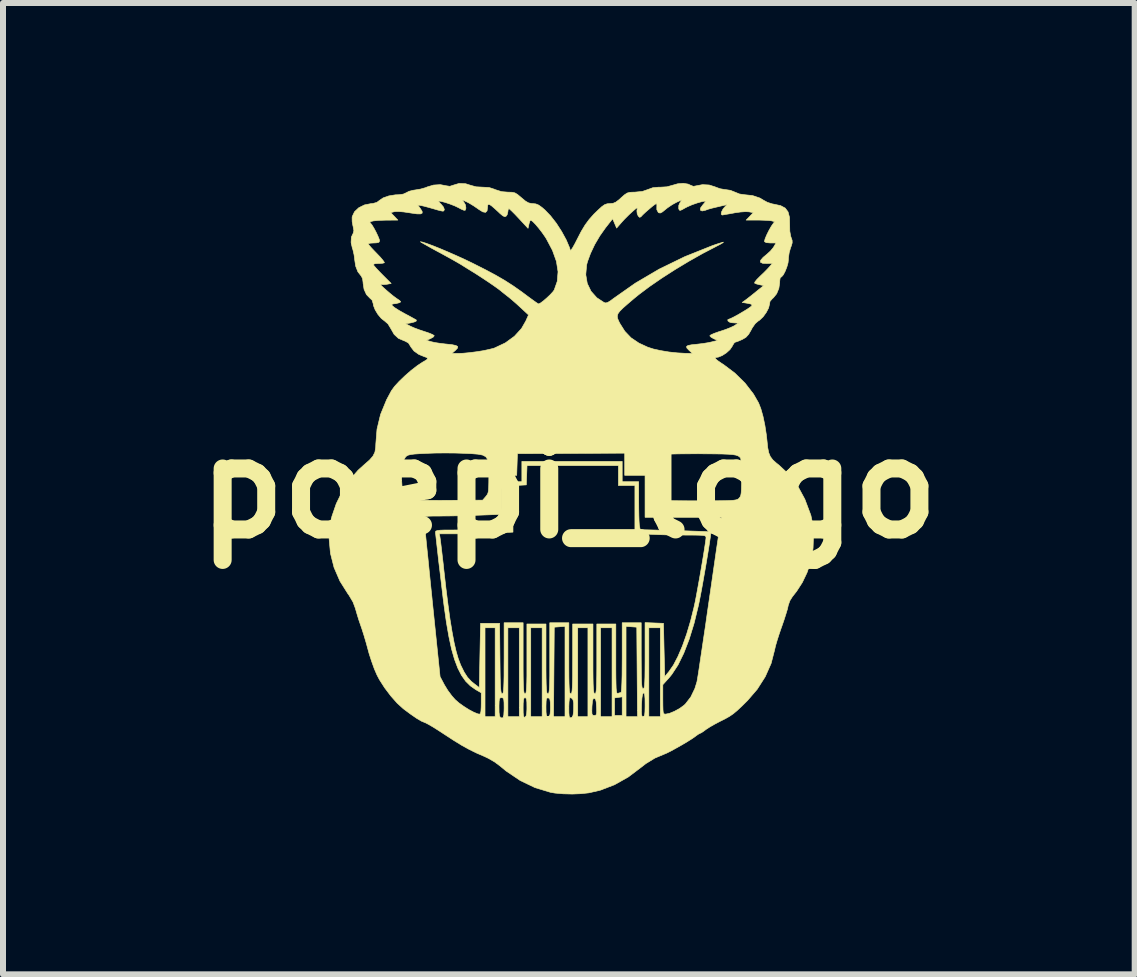
<source format=kicad_pcb>
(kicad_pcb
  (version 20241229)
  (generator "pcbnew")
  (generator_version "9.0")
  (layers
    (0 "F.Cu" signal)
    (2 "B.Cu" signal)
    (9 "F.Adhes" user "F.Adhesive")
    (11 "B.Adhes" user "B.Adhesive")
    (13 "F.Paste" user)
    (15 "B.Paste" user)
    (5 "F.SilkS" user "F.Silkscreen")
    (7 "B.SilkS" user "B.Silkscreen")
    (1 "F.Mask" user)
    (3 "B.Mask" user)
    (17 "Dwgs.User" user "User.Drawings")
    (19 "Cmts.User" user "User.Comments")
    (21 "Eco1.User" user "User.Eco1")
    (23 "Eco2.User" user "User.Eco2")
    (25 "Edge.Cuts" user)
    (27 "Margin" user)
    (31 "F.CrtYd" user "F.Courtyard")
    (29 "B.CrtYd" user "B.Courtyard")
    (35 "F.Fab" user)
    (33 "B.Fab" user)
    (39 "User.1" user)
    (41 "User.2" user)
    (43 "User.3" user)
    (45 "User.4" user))
  (footprint "poepi_logo"
    (layer "F.Cu")
    (at 6.43 5.084)
    (property "Reference" "poepi_logo" (at 0 0 0) (layer "F.SilkS") (effects (font (size 1.524 1.524) (thickness 0.3))))
    (attr through_hole)
    (fp_poly (pts (xy 1.988 -5.066) (xy 2.026 -5.048) (xy 2.076 -5.028) (xy 2.127 -5.038) (xy 2.227 -5.057) (xy 2.339 -5.051) (xy 2.44 -5.019) (xy 2.445 -5.016) (xy 2.52 -4.989) (xy 2.599 -4.975) (xy 2.613 -4.974) (xy 2.693 -4.962) (xy 2.766 -4.933) (xy 2.768 -4.932) (xy 2.845 -4.901) (xy 2.927 -4.889) (xy 3.061 -4.875) (xy 3.183 -4.834) (xy 3.248 -4.795) (xy 3.309 -4.762) (xy 3.387 -4.737) (xy 3.418 -4.731) (xy 3.529 -4.707) (xy 3.606 -4.666) (xy 3.653 -4.603) (xy 3.677 -4.513) (xy 3.68 -4.39) (xy 3.682 -4.282) (xy 3.697 -4.197) (xy 3.705 -4.174) (xy 3.721 -4.128) (xy 3.722 -4.086) (xy 3.706 -4.032) (xy 3.695 -4.005) (xy 3.672 -3.924) (xy 3.66 -3.84) (xy 3.659 -3.813) (xy 3.653 -3.754) (xy 3.633 -3.684) (xy 3.605 -3.613) (xy 3.574 -3.554) (xy 3.544 -3.519) (xy 3.531 -3.514) (xy 3.52 -3.495) (xy 3.514 -3.448) (xy 3.514 -3.427) (xy 3.5 -3.329) (xy 3.463 -3.239) (xy 3.409 -3.172) (xy 3.394 -3.16) (xy 3.352 -3.111) (xy 3.344 -3.065) (xy 3.329 -3.002) (xy 3.29 -2.927) (xy 3.237 -2.854) (xy 3.179 -2.799) (xy 3.156 -2.784) (xy 3.106 -2.741) (xy 3.055 -2.668) (xy 3.04 -2.638) (xy 2.996 -2.562) (xy 2.95 -2.512) (xy 2.892 -2.478) (xy 2.833 -2.452) (xy 2.789 -2.436) (xy 2.777 -2.434) (xy 2.753 -2.416) (xy 2.727 -2.373) (xy 2.722 -2.362) (xy 2.685 -2.308) (xy 2.624 -2.253) (xy 2.554 -2.208) (xy 2.489 -2.182) (xy 2.469 -2.18) (xy 2.441 -2.175) (xy 2.442 -2.158) (xy 2.476 -2.127) (xy 2.544 -2.08) (xy 2.58 -2.057) (xy 2.767 -1.916) (xy 2.936 -1.75) (xy 3.077 -1.567) (xy 3.162 -1.419) (xy 3.2 -1.322) (xy 3.236 -1.194) (xy 3.267 -1.046) (xy 3.291 -0.89) (xy 3.302 -0.792) (xy 3.314 -0.675) (xy 3.331 -0.59) (xy 3.357 -0.526) (xy 3.398 -0.471) (xy 3.459 -0.416) (xy 3.501 -0.383) (xy 3.668 -0.228) (xy 3.812 -0.038) (xy 3.933 0.186) (xy 4.03 0.444) (xy 4.034 0.456) (xy 4.057 0.565) (xy 4.071 0.701) (xy 4.075 0.85) (xy 4.07 0.997) (xy 4.055 1.129) (xy 4.036 1.217) (xy 3.969 1.41) (xy 3.891 1.573) (xy 3.796 1.72) (xy 3.724 1.812) (xy 3.683 1.878) (xy 3.656 1.955) (xy 3.654 1.965) (xy 3.642 2.019) (xy 3.617 2.101) (xy 3.585 2.201) (xy 3.548 2.308) (xy 3.544 2.318) (xy 3.506 2.429) (xy 3.472 2.535) (xy 3.445 2.627) (xy 3.43 2.692) (xy 3.43 2.694) (xy 3.371 2.922) (xy 3.273 3.143) (xy 3.139 3.353) (xy 2.979 3.539) (xy 2.882 3.635) (xy 2.806 3.706) (xy 2.74 3.761) (xy 2.676 3.805) (xy 2.605 3.845) (xy 2.519 3.888) (xy 2.433 3.933) (xy 2.351 3.98) (xy 2.289 4.02) (xy 2.283 4.025) (xy 2.234 4.061) (xy 2.199 4.082) (xy 2.191 4.085) (xy 2.166 4.097) (xy 2.122 4.127) (xy 2.099 4.145) (xy 2.043 4.183) (xy 1.965 4.232) (xy 1.873 4.286) (xy 1.779 4.339) (xy 1.693 4.386) (xy 1.624 4.42) (xy 1.59 4.434) (xy 1.435 4.499) (xy 1.283 4.592) (xy 1.21 4.649) (xy 0.992 4.814) (xy 0.761 4.944) (xy 0.524 5.035) (xy 0.334 5.079) (xy 0.204 5.093) (xy 0.056 5.099) (xy -0.095 5.095) (xy -0.231 5.083) (xy -0.307 5.07) (xy -0.564 4.992) (xy -0.81 4.874) (xy -1.047 4.714) (xy -1.147 4.631) (xy -1.236 4.565) (xy -1.341 4.504) (xy -1.408 4.472) (xy -1.54 4.415) (xy -1.662 4.355) (xy -1.785 4.287) (xy -1.92 4.204) (xy -2.078 4.101) (xy -2.176 4.037) (xy -2.265 3.981) (xy -2.339 3.938) (xy -2.389 3.912) (xy -2.402 3.907) (xy -2.457 3.884) (xy -2.538 3.836) (xy -2.638 3.767) (xy -2.751 3.683) (xy -2.76 3.676) (xy -2.862 3.583) (xy -2.968 3.463) (xy -3.07 3.328) (xy -3.157 3.192) (xy -3.198 3.114) (xy -3.242 3.012) (xy -3.287 2.887) (xy -3.328 2.761) (xy -3.345 2.699) (xy -3.377 2.581) (xy -3.414 2.456) (xy -3.45 2.343) (xy -3.468 2.291) (xy -3.501 2.195) (xy -3.531 2.097) (xy -3.554 2.018) (xy -3.557 2.006) (xy -3.597 1.899) (xy -3.665 1.784) (xy -3.681 1.763) (xy -3.815 1.55) (xy -3.913 1.323) (xy -3.973 1.087) (xy -3.995 0.847) (xy -3.978 0.608) (xy -3.958 0.513) (xy -2.412 0.513) (xy -2.41 0.542) (xy -2.404 0.61) (xy -2.394 0.712) (xy -2.381 0.845) (xy -2.365 1.004) (xy -2.346 1.187) (xy -2.326 1.39) (xy -2.304 1.608) (xy -2.28 1.838) (xy -2.279 1.852) (xy -2.146 3.143) (xy -2.073 3.281) (xy -2.018 3.371) (xy -1.949 3.464) (xy -1.895 3.525) (xy -1.831 3.581) (xy -1.751 3.638) (xy -1.666 3.692) (xy -1.585 3.735) (xy -1.519 3.762) (xy -1.489 3.768) (xy -1.474 3.757) (xy -1.465 3.719) (xy -1.461 3.65) (xy -1.46 3.59) (xy -1.46 3.412) (xy -1.553 3.358) (xy -1.641 3.296) (xy -1.72 3.218) (xy -1.789 3.12) (xy -1.85 3.001) (xy -1.905 2.856) (xy -1.955 2.682) (xy -1.999 2.477) (xy -2.041 2.236) (xy -2.08 1.958) (xy -2.095 1.841) (xy -2.122 1.612) (xy -2.147 1.401) (xy -2.17 1.213) (xy -2.188 1.051) (xy -2.203 0.918) (xy -2.214 0.818) (xy -2.22 0.762) (xy -2.16 0.762) (xy -2.149 0.81) (xy -2.144 0.844) (xy -2.135 0.913) (xy -2.123 1.012) (xy -2.109 1.133) (xy -2.093 1.269) (xy -2.084 1.355) (xy -2.048 1.672) (xy -2.013 1.949) (xy -1.98 2.19) (xy -1.946 2.396) (xy -1.913 2.572) (xy -1.879 2.719) (xy -1.844 2.84) (xy -1.807 2.938) (xy -1.8 2.955) (xy -1.744 3.068) (xy -1.689 3.153) (xy -1.626 3.221) (xy -1.57 3.266) (xy -1.492 3.325) (xy -1.482 2.79) (xy -1.473 2.328) (xy -1.397 2.328) (xy -1.397 3.81) (xy -1.228 3.81) (xy -1.228 3.648) (xy -1.164 3.648) (xy -1.163 3.737) (xy -1.156 3.792) (xy -1.143 3.821) (xy -1.119 3.831) (xy -1.108 3.831) (xy -1.093 3.82) (xy -1.084 3.781) (xy -1.08 3.709) (xy -1.079 3.662) (xy -1.08 3.577) (xy -1.084 3.527) (xy -1.094 3.502) (xy -1.111 3.493) (xy -1.122 3.493) (xy -1.144 3.496) (xy -1.156 3.514) (xy -1.162 3.554) (xy -1.164 3.625) (xy -1.164 3.648) (xy -1.228 3.648) (xy -1.228 2.328) (xy -1.397 2.328) (xy -1.473 2.328) (xy -1.471 2.254) (xy -1.154 2.254) (xy -1.148 2.842) (xy -1.146 3.017) (xy -1.144 3.155) (xy -1.141 3.259) (xy -1.137 3.333) (xy -1.132 3.383) (xy -1.126 3.413) (xy -1.118 3.427) (xy -1.111 3.429) (xy -1.102 3.424) (xy -1.094 3.407) (xy -1.089 3.372) (xy -1.085 3.317) (xy -1.082 3.235) (xy -1.08 3.123) (xy -1.08 2.977) (xy -1.079 2.836) (xy -1.079 2.328) (xy -1.016 2.328) (xy -1.016 3.81) (xy -0.826 3.81) (xy -0.826 3.661) (xy -0.762 3.661) (xy -0.761 3.746) (xy -0.756 3.795) (xy -0.747 3.817) (xy -0.731 3.818) (xy -0.73 3.818) (xy -0.713 3.8) (xy -0.703 3.759) (xy -0.699 3.686) (xy -0.699 3.649) (xy -0.7 3.566) (xy -0.706 3.517) (xy -0.719 3.496) (xy -0.73 3.493) (xy -0.747 3.5) (xy -0.756 3.53) (xy -0.761 3.587) (xy -0.762 3.661) (xy -0.826 3.661) (xy -0.826 2.328) (xy -1.016 2.328) (xy -1.079 2.328) (xy -1.079 2.244) (xy -0.762 2.244) (xy -0.762 2.836) (xy -0.762 3.012) (xy -0.761 3.15) (xy -0.759 3.255) (xy -0.756 3.33) (xy -0.752 3.381) (xy -0.746 3.411) (xy -0.738 3.426) (xy -0.73 3.429) (xy -0.721 3.424) (xy -0.713 3.407) (xy -0.708 3.374) (xy -0.704 3.319) (xy -0.701 3.238) (xy -0.699 3.128) (xy -0.699 2.982) (xy -0.699 2.847) (xy -0.699 2.328) (xy -0.635 2.328) (xy -0.635 3.81) (xy -0.445 3.81) (xy -0.255 3.81) (xy -0.064 3.81) (xy -0.064 3.663) (xy 0 3.663) (xy 0.001 3.748) (xy 0.005 3.799) (xy 0.014 3.823) (xy 0.03 3.828) (xy 0.037 3.827) (xy 0.058 3.816) (xy 0.07 3.785) (xy 0.078 3.726) (xy 0.08 3.674) (xy 0.08 3.583) (xy 0.069 3.527) (xy 0.045 3.499) (xy 0.016 3.493) (xy 0.009 3.512) (xy 0.003 3.564) (xy 0.000176 3.638) (xy 0 3.663) (xy -0.064 3.663) (xy -0.064 2.305) (xy -0.153 2.311) (xy -0.243 2.318) (xy -0.249 3.064) (xy -0.255 3.81) (xy -0.445 3.81) (xy -0.445 3.651) (xy -0.381 3.651) (xy -0.38 3.733) (xy -0.375 3.781) (xy -0.366 3.803) (xy -0.348 3.807) (xy -0.344 3.806) (xy -0.324 3.796) (xy -0.313 3.768) (xy -0.308 3.714) (xy -0.307 3.651) (xy -0.309 3.572) (xy -0.315 3.525) (xy -0.328 3.503) (xy -0.344 3.497) (xy -0.363 3.498) (xy -0.374 3.515) (xy -0.379 3.557) (xy -0.381 3.632) (xy -0.381 3.651) (xy -0.445 3.651) (xy -0.445 2.328) (xy -0.635 2.328) (xy -0.699 2.328) (xy -0.699 2.265) (xy -0.381 2.265) (xy -0.381 2.847) (xy -0.381 3.021) (xy -0.38 3.157) (xy -0.378 3.26) (xy -0.375 3.334) (xy -0.371 3.384) (xy -0.365 3.413) (xy -0.357 3.426) (xy -0.349 3.429) (xy -0.34 3.424) (xy -0.332 3.407) (xy -0.327 3.374) (xy -0.323 3.319) (xy -0.32 3.239) (xy -0.318 3.13) (xy -0.318 2.985) (xy -0.318 2.836) (xy -0.318 2.244) (xy 0 2.244) (xy 0 2.836) (xy 0.000249 3.012) (xy 0.001 3.15) (xy 0.003 3.255) (xy 0.006 3.33) (xy 0.01 3.381) (xy 0.016 3.411) (xy 0.024 3.426) (xy 0.032 3.429) (xy 0.041 3.424) (xy 0.049 3.407) (xy 0.054 3.374) (xy 0.058 3.319) (xy 0.061 3.238) (xy 0.063 3.128) (xy 0.063 2.982) (xy 0.064 2.847) (xy 0.064 2.328) (xy 0.148 2.328) (xy 0.148 3.81) (xy 0.318 3.81) (xy 0.318 3.722) (xy 0.383 3.722) (xy 0.386 3.765) (xy 0.397 3.784) (xy 0.418 3.789) (xy 0.423 3.789) (xy 0.447 3.786) (xy 0.459 3.77) (xy 0.464 3.732) (xy 0.462 3.662) (xy 0.461 3.646) (xy 0.456 3.566) (xy 0.446 3.521) (xy 0.43 3.504) (xy 0.423 3.503) (xy 0.405 3.513) (xy 0.394 3.549) (xy 0.387 3.617) (xy 0.385 3.646) (xy 0.383 3.722) (xy 0.318 3.722) (xy 0.318 2.328) (xy 0.148 2.328) (xy 0.064 2.328) (xy 0.064 2.265) (xy 0.402 2.265) (xy 0.402 2.847) (xy 0.402 3.021) (xy 0.403 3.157) (xy 0.405 3.26) (xy 0.408 3.334) (xy 0.413 3.384) (xy 0.419 3.413) (xy 0.427 3.426) (xy 0.434 3.429) (xy 0.443 3.424) (xy 0.451 3.407) (xy 0.456 3.374) (xy 0.461 3.319) (xy 0.463 3.238) (xy 0.465 3.128) (xy 0.466 2.982) (xy 0.466 2.847) (xy 0.466 2.328) (xy 0.529 2.328) (xy 0.529 3.81) (xy 0.72 3.81) (xy 0.953 3.81) (xy 1.144 3.81) (xy 1.143 3.709) (xy 1.209 3.709) (xy 1.211 3.767) (xy 1.218 3.798) (xy 1.232 3.809) (xy 1.237 3.81) (xy 1.253 3.803) (xy 1.263 3.779) (xy 1.268 3.729) (xy 1.27 3.646) (xy 1.27 3.607) (xy 1.269 3.509) (xy 1.264 3.447) (xy 1.255 3.417) (xy 1.244 3.413) (xy 1.228 3.438) (xy 1.218 3.501) (xy 1.211 3.605) (xy 1.211 3.616) (xy 1.209 3.709) (xy 1.143 3.709) (xy 1.138 3.064) (xy 1.132 2.318) (xy 1.042 2.311) (xy 0.953 2.305) (xy 0.953 3.81) (xy 0.72 3.81) (xy 0.72 3.497) (xy 0.762 3.497) (xy 0.762 3.789) (xy 0.889 3.789) (xy 0.889 3.479) (xy 0.762 3.497) (xy 0.72 3.497) (xy 0.72 2.328) (xy 0.529 2.328) (xy 0.466 2.328) (xy 0.466 2.265) (xy 0.783 2.265) (xy 0.783 2.849) (xy 0.783 3.022) (xy 0.784 3.158) (xy 0.786 3.259) (xy 0.788 3.332) (xy 0.792 3.38) (xy 0.798 3.408) (xy 0.806 3.42) (xy 0.815 3.421) (xy 0.817 3.421) (xy 0.857 3.409) (xy 0.87 3.408) (xy 0.875 3.387) (xy 0.88 3.329) (xy 0.884 3.237) (xy 0.887 3.116) (xy 0.888 2.969) (xy 0.889 2.826) (xy 0.889 2.244) (xy 1.206 2.244) (xy 1.206 2.794) (xy 1.207 2.963) (xy 1.208 3.094) (xy 1.21 3.192) (xy 1.213 3.261) (xy 1.218 3.307) (xy 1.224 3.332) (xy 1.233 3.343) (xy 1.238 3.344) (xy 1.248 3.34) (xy 1.256 3.322) (xy 1.261 3.288) (xy 1.265 3.232) (xy 1.268 3.15) (xy 1.269 3.037) (xy 1.27 2.888) (xy 1.27 2.793) (xy 1.27 2.328) (xy 1.333 2.328) (xy 1.333 3.81) (xy 1.524 3.81) (xy 1.524 2.328) (xy 1.333 2.328) (xy 1.27 2.328) (xy 1.27 2.242) (xy 1.423 2.248) (xy 1.577 2.254) (xy 1.587 2.698) (xy 1.598 3.142) (xy 1.668 3.058) (xy 1.743 2.95) (xy 1.818 2.806) (xy 1.893 2.631) (xy 1.964 2.431) (xy 2.029 2.213) (xy 2.087 1.981) (xy 2.087 1.979) (xy 2.105 1.897) (xy 2.126 1.789) (xy 2.149 1.662) (xy 2.174 1.524) (xy 2.199 1.381) (xy 2.223 1.24) (xy 2.245 1.109) (xy 2.263 0.994) (xy 2.277 0.902) (xy 2.285 0.841) (xy 2.286 0.822) (xy 2.283 0.808) (xy 2.271 0.797) (xy 2.244 0.79) (xy 2.195 0.786) (xy 2.12 0.784) (xy 2.011 0.783) (xy 1.931 0.783) (xy 1.789 0.782) (xy 1.64 0.78) (xy 1.497 0.776) (xy 1.376 0.771) (xy 1.339 0.769) (xy 1.101 0.756) (xy 1.101 -0.042) (xy 0.826 -0.042) (xy 0.826 -0.375) (xy 0.064 -0.375) (xy -0.697 -0.375) (xy -0.703 -0.214) (xy -0.709 -0.053) (xy -0.82 -0.047) (xy -0.931 -0.04) (xy -0.931 0.734) (xy -1.169 0.748) (xy -1.275 0.753) (xy -1.409 0.757) (xy -1.558 0.76) (xy -1.707 0.762) (xy -1.784 0.762) (xy -2.16 0.762) (xy -2.22 0.762) (xy -2.221 0.754) (xy -2.223 0.73) (xy -2.216 0.717) (xy -2.193 0.708) (xy -2.147 0.702) (xy -2.071 0.699) (xy -1.961 0.699) (xy -1.844 0.698) (xy -1.7 0.695) (xy -1.545 0.691) (xy -1.394 0.686) (xy -1.344 0.684) (xy -0.989 0.67) (xy -1 0.282) (xy -1.012 -0.106) (xy -0.783 -0.106) (xy -0.783 -0.445) (xy 0.889 -0.445) (xy 0.889 -0.106) (xy 1.164 -0.106) (xy 1.164 0.23) (xy 1.165 0.35) (xy 1.167 0.46) (xy 1.17 0.55) (xy 1.174 0.611) (xy 1.177 0.629) (xy 1.189 0.693) (xy 1.775 0.708) (xy 1.928 0.712) (xy 2.066 0.717) (xy 2.185 0.721) (xy 2.278 0.724) (xy 2.34 0.728) (xy 2.366 0.73) (xy 2.367 0.73) (xy 2.366 0.753) (xy 2.359 0.811) (xy 2.346 0.899) (xy 2.329 1.009) (xy 2.308 1.137) (xy 2.285 1.276) (xy 2.26 1.419) (xy 2.235 1.561) (xy 2.211 1.695) (xy 2.188 1.815) (xy 2.168 1.916) (xy 2.159 1.958) (xy 2.087 2.254) (xy 2.005 2.52) (xy 1.915 2.752) (xy 1.819 2.948) (xy 1.716 3.105) (xy 1.673 3.158) (xy 1.566 3.277) (xy 1.566 3.522) (xy 1.567 3.627) (xy 1.569 3.697) (xy 1.573 3.739) (xy 1.583 3.759) (xy 1.598 3.767) (xy 1.614 3.767) (xy 1.678 3.754) (xy 1.76 3.72) (xy 1.846 3.673) (xy 1.92 3.619) (xy 1.944 3.596) (xy 2.032 3.482) (xy 2.1 3.341) (xy 2.135 3.228) (xy 2.142 3.188) (xy 2.155 3.11) (xy 2.172 2.999) (xy 2.193 2.857) (xy 2.218 2.69) (xy 2.246 2.501) (xy 2.277 2.295) (xy 2.308 2.075) (xy 2.339 1.863) (xy 2.372 1.635) (xy 2.403 1.419) (xy 2.432 1.218) (xy 2.458 1.036) (xy 2.482 0.876) (xy 2.501 0.744) (xy 2.516 0.642) (xy 2.527 0.574) (xy 2.531 0.545) (xy 2.543 0.487) (xy 1.27 0.487) (xy 1.27 -0.175) (xy 1.44 -0.175) (xy 1.44 -0.054) (xy 1.442 0.031) (xy 1.447 0.089) (xy 1.455 0.127) (xy 1.467 0.152) (xy 1.482 0.169) (xy 1.496 0.181) (xy 1.513 0.191) (xy 1.54 0.198) (xy 1.58 0.204) (xy 1.639 0.207) (xy 1.72 0.21) (xy 1.83 0.211) (xy 1.971 0.212) (xy 2.151 0.212) (xy 2.159 0.212) (xy 2.34 0.212) (xy 2.483 0.211) (xy 2.594 0.21) (xy 2.677 0.207) (xy 2.736 0.204) (xy 2.777 0.198) (xy 2.804 0.191) (xy 2.822 0.182) (xy 2.836 0.17) (xy 2.836 0.169) (xy 2.853 0.149) (xy 2.865 0.122) (xy 2.872 0.082) (xy 2.876 0.021) (xy 2.878 -0.07) (xy 2.878 -0.175) (xy 2.877 -0.285) (xy 2.874 -0.38) (xy 2.87 -0.453) (xy 2.864 -0.494) (xy 2.862 -0.5) (xy 2.845 -0.52) (xy 2.821 -0.536) (xy 2.785 -0.549) (xy 2.732 -0.558) (xy 2.658 -0.564) (xy 2.558 -0.568) (xy 2.427 -0.57) (xy 2.262 -0.571) (xy 2.159 -0.572) (xy 1.973 -0.571) (xy 1.825 -0.57) (xy 1.709 -0.567) (xy 1.622 -0.561) (xy 1.559 -0.554) (xy 1.514 -0.543) (xy 1.484 -0.529) (xy 1.464 -0.511) (xy 1.456 -0.5) (xy 1.45 -0.471) (xy 1.445 -0.408) (xy 1.442 -0.32) (xy 1.44 -0.214) (xy 1.44 -0.175) (xy 1.27 -0.175) (xy 1.27 -0.212) (xy 0.931 -0.212) (xy 0.931 -0.397) (xy 0.931 -0.582) (xy 0.037 -0.578) (xy -0.857 -0.574) (xy -0.863 -0.393) (xy -0.869 -0.212) (xy -1.122 -0.212) (xy -1.122 0.438) (xy -1.506 0.452) (xy -1.654 0.457) (xy -1.811 0.461) (xy -1.961 0.464) (xy -2.092 0.465) (xy -2.152 0.466) (xy -2.261 0.466) (xy -2.334 0.468) (xy -2.379 0.472) (xy -2.402 0.48) (xy -2.411 0.494) (xy -2.412 0.513) (xy -3.958 0.513) (xy -3.949 0.472) (xy -3.876 0.26) (xy -3.775 0.054) (xy -3.652 -0.135) (xy -3.546 -0.259) (xy -2.786 -0.259) (xy -2.786 -0.125) (xy -2.781 -0.046) (xy -2.763 0.062) (xy -2.732 0.134) (xy -2.683 0.178) (xy -2.625 0.197) (xy -2.59 0.2) (xy -2.519 0.202) (xy -2.418 0.203) (xy -2.293 0.204) (xy -2.151 0.205) (xy -2.004 0.204) (xy -1.436 0.201) (xy -1.385 0.142) (xy -1.364 0.115) (xy -1.349 0.086) (xy -1.34 0.048) (xy -1.336 -0.009) (xy -1.334 -0.093) (xy -1.333 -0.193) (xy -1.334 -0.319) (xy -1.339 -0.413) (xy -1.354 -0.479) (xy -1.385 -0.523) (xy -1.437 -0.55) (xy -1.516 -0.565) (xy -1.628 -0.574) (xy -1.742 -0.579) (xy -1.89 -0.584) (xy -2.059 -0.585) (xy -2.227 -0.584) (xy -2.364 -0.579) (xy -2.487 -0.573) (xy -2.575 -0.567) (xy -2.636 -0.559) (xy -2.676 -0.549) (xy -2.703 -0.535) (xy -2.721 -0.519) (xy -2.753 -0.464) (xy -2.775 -0.374) (xy -2.786 -0.259) (xy -3.546 -0.259) (xy -3.512 -0.298) (xy -3.409 -0.391) (xy -3.322 -0.467) (xy -3.265 -0.532) (xy -3.232 -0.599) (xy -3.219 -0.679) (xy -3.217 -0.734) (xy -3.197 -0.982) (xy -3.138 -1.227) (xy -3.037 -1.473) (xy -2.956 -1.624) (xy -2.904 -1.695) (xy -2.826 -1.78) (xy -2.731 -1.871) (xy -2.628 -1.961) (xy -2.526 -2.04) (xy -2.435 -2.1) (xy -2.408 -2.115) (xy -2.367 -2.141) (xy -2.35 -2.16) (xy -2.349 -2.16) (xy -2.368 -2.176) (xy -2.408 -2.19) (xy -2.501 -2.228) (xy -2.581 -2.285) (xy -2.634 -2.354) (xy -2.638 -2.362) (xy -2.673 -2.418) (xy -2.731 -2.45) (xy -2.746 -2.455) (xy -2.841 -2.496) (xy -2.912 -2.562) (xy -2.965 -2.655) (xy -3.014 -2.736) (xy -3.071 -2.785) (xy -3.126 -2.828) (xy -3.182 -2.895) (xy -3.228 -2.971) (xy -3.256 -3.042) (xy -3.26 -3.071) (xy -3.279 -3.132) (xy -3.314 -3.164) (xy -3.373 -3.225) (xy -3.413 -3.313) (xy -3.429 -3.417) (xy -3.429 -3.426) (xy -3.438 -3.492) (xy -3.461 -3.535) (xy -3.462 -3.536) (xy -3.516 -3.605) (xy -3.553 -3.7) (xy -3.568 -3.799) (xy -3.579 -3.886) (xy -3.599 -3.974) (xy -3.608 -3.998) (xy -3.624 -4.07) (xy -3.344 -4.07) (xy -3.33 -4.049) (xy -3.293 -4.006) (xy -3.238 -3.948) (xy -3.203 -3.912) (xy -3.143 -3.849) (xy -3.099 -3.797) (xy -3.076 -3.764) (xy -3.075 -3.755) (xy -3.103 -3.747) (xy -3.156 -3.743) (xy -3.174 -3.743) (xy -3.227 -3.74) (xy -3.257 -3.73) (xy -3.26 -3.726) (xy -3.246 -3.705) (xy -3.208 -3.661) (xy -3.152 -3.602) (xy -3.11 -3.559) (xy -2.961 -3.41) (xy -3.035 -3.396) (xy -3.092 -3.391) (xy -3.134 -3.395) (xy -3.137 -3.397) (xy -3.143 -3.395) (xy -3.124 -3.373) (xy -3.086 -3.337) (xy -3.035 -3.292) (xy -2.979 -3.244) (xy -2.925 -3.2) (xy -2.879 -3.166) (xy -2.869 -3.159) (xy -2.82 -3.126) (xy -2.803 -3.106) (xy -2.814 -3.094) (xy -2.826 -3.089) (xy -2.882 -3.074) (xy -2.918 -3.071) (xy -2.95 -3.063) (xy -2.946 -3.043) (xy -2.906 -3.009) (xy -2.829 -2.96) (xy -2.733 -2.906) (xy -2.654 -2.864) (xy -2.591 -2.829) (xy -2.551 -2.807) (xy -2.542 -2.801) (xy -2.543 -2.784) (xy -2.579 -2.767) (xy -2.64 -2.752) (xy -2.72 -2.739) (xy -2.635 -2.695) (xy -2.571 -2.667) (xy -2.485 -2.635) (xy -2.397 -2.606) (xy -2.324 -2.581) (xy -2.27 -2.558) (xy -2.244 -2.541) (xy -2.244 -2.538) (xy -2.261 -2.516) (xy -2.304 -2.492) (xy -2.308 -2.49) (xy -2.373 -2.463) (xy -2.292 -2.439) (xy -2.23 -2.425) (xy -2.145 -2.412) (xy -2.053 -2.401) (xy -2.05 -2.401) (xy -1.947 -2.39) (xy -1.882 -2.376) (xy -1.853 -2.359) (xy -1.855 -2.334) (xy -1.885 -2.301) (xy -1.89 -2.296) (xy -1.95 -2.244) (xy -1.837 -2.244) (xy -1.764 -2.247) (xy -1.667 -2.256) (xy -1.562 -2.269) (xy -1.524 -2.274) (xy -1.425 -2.29) (xy -1.332 -2.31) (xy -1.259 -2.328) (xy -1.238 -2.335) (xy -1.058 -2.42) (xy -0.907 -2.53) (xy -0.789 -2.659) (xy -0.717 -2.785) (xy -0.672 -2.886) (xy -0.797 -3.002) (xy -0.871 -3.07) (xy -0.949 -3.138) (xy -1.013 -3.191) (xy -1.015 -3.192) (xy -1.071 -3.236) (xy -1.115 -3.271) (xy -1.131 -3.285) (xy -1.178 -3.321) (xy -1.251 -3.373) (xy -1.34 -3.434) (xy -1.435 -3.497) (xy -1.527 -3.557) (xy -1.566 -3.582) (xy -1.651 -3.634) (xy -1.733 -3.685) (xy -1.798 -3.726) (xy -1.81 -3.733) (xy -1.858 -3.761) (xy -1.935 -3.805) (xy -2.031 -3.858) (xy -2.138 -3.917) (xy -2.191 -3.945) (xy -2.29 -3.999) (xy -2.373 -4.046) (xy -2.435 -4.081) (xy -2.47 -4.102) (xy -2.474 -4.106) (xy -2.434 -4.098) (xy -2.362 -4.074) (xy -2.264 -4.038) (xy -2.147 -3.991) (xy -2.017 -3.936) (xy -1.88 -3.876) (xy -1.743 -3.814) (xy -1.612 -3.751) (xy -1.598 -3.744) (xy -1.396 -3.642) (xy -1.223 -3.55) (xy -1.071 -3.462) (xy -0.929 -3.371) (xy -0.788 -3.272) (xy -0.673 -3.186) (xy -0.603 -3.135) (xy -0.547 -3.095) (xy -0.512 -3.072) (xy -0.505 -3.069) (xy -0.474 -3.083) (xy -0.425 -3.119) (xy -0.367 -3.169) (xy -0.311 -3.222) (xy -0.266 -3.271) (xy -0.244 -3.301) (xy -0.193 -3.446) (xy -0.184 -3.557) (xy 0.282 -3.557) (xy 0.307 -3.41) (xy 0.369 -3.281) (xy 0.466 -3.172) (xy 0.585 -3.094) (xy 0.614 -3.085) (xy 0.646 -3.093) (xy 0.693 -3.121) (xy 0.745 -3.16) (xy 1.108 -3.415) (xy 1.504 -3.648) (xy 1.933 -3.857) (xy 2.391 -4.04) (xy 2.402 -4.044) (xy 2.479 -4.07) (xy 2.539 -4.089) (xy 2.573 -4.098) (xy 2.577 -4.098) (xy 2.563 -4.086) (xy 2.52 -4.061) (xy 2.456 -4.028) (xy 2.451 -4.025) (xy 2.228 -3.909) (xy 1.998 -3.779) (xy 1.769 -3.641) (xy 1.548 -3.499) (xy 1.346 -3.36) (xy 1.17 -3.228) (xy 1.09 -3.163) (xy 0.982 -3.071) (xy 0.902 -3.001) (xy 0.849 -2.948) (xy 0.818 -2.905) (xy 0.807 -2.867) (xy 0.812 -2.828) (xy 0.83 -2.784) (xy 0.849 -2.746) (xy 0.933 -2.613) (xy 1.036 -2.505) (xy 1.168 -2.416) (xy 1.315 -2.348) (xy 1.408 -2.318) (xy 1.531 -2.291) (xy 1.669 -2.268) (xy 1.811 -2.253) (xy 1.935 -2.246) (xy 2.059 -2.244) (xy 2 -2.299) (xy 1.967 -2.334) (xy 1.961 -2.359) (xy 1.985 -2.376) (xy 2.044 -2.388) (xy 2.14 -2.398) (xy 2.233 -2.409) (xy 2.326 -2.424) (xy 2.38 -2.436) (xy 2.481 -2.461) (xy 2.415 -2.489) (xy 2.371 -2.514) (xy 2.35 -2.536) (xy 2.349 -2.538) (xy 2.368 -2.554) (xy 2.419 -2.577) (xy 2.491 -2.603) (xy 2.524 -2.613) (xy 2.613 -2.643) (xy 2.694 -2.675) (xy 2.753 -2.703) (xy 2.762 -2.709) (xy 2.826 -2.751) (xy 2.769 -2.752) (xy 2.713 -2.756) (xy 2.679 -2.765) (xy 2.651 -2.786) (xy 2.649 -2.807) (xy 2.668 -2.815) (xy 2.697 -2.826) (xy 2.752 -2.853) (xy 2.822 -2.891) (xy 2.896 -2.935) (xy 2.966 -2.977) (xy 3.019 -3.013) (xy 3.046 -3.035) (xy 3.053 -3.055) (xy 3.03 -3.068) (xy 2.98 -3.079) (xy 2.889 -3.094) (xy 2.938 -3.129) (xy 2.978 -3.159) (xy 3.039 -3.207) (xy 3.108 -3.262) (xy 3.117 -3.27) (xy 3.248 -3.375) (xy 3.178 -3.389) (xy 3.127 -3.402) (xy 3.096 -3.416) (xy 3.095 -3.417) (xy 3.102 -3.437) (xy 3.134 -3.477) (xy 3.185 -3.528) (xy 3.188 -3.531) (xy 3.251 -3.591) (xy 3.309 -3.65) (xy 3.344 -3.688) (xy 3.394 -3.746) (xy 3.305 -3.743) (xy 3.23 -3.746) (xy 3.193 -3.764) (xy 3.196 -3.796) (xy 3.237 -3.844) (xy 3.302 -3.898) (xy 3.359 -3.95) (xy 3.407 -4.008) (xy 3.414 -4.019) (xy 3.453 -4.085) (xy 3.356 -4.085) (xy 3.289 -4.091) (xy 3.261 -4.107) (xy 3.26 -4.112) (xy 3.27 -4.153) (xy 3.296 -4.216) (xy 3.331 -4.287) (xy 3.368 -4.353) (xy 3.386 -4.381) (xy 3.428 -4.44) (xy 3.381 -4.453) (xy 3.339 -4.459) (xy 3.267 -4.463) (xy 3.179 -4.466) (xy 3.145 -4.466) (xy 2.955 -4.466) (xy 3.015 -4.528) (xy 3.074 -4.59) (xy 3.001 -4.604) (xy 2.944 -4.607) (xy 2.861 -4.601) (xy 2.767 -4.588) (xy 2.748 -4.584) (xy 2.665 -4.569) (xy 2.599 -4.558) (xy 2.56 -4.551) (xy 2.554 -4.551) (xy 2.539 -4.566) (xy 2.545 -4.603) (xy 2.568 -4.648) (xy 2.588 -4.673) (xy 2.635 -4.724) (xy 2.572 -4.709) (xy 2.461 -4.683) (xy 2.382 -4.664) (xy 2.325 -4.648) (xy 2.281 -4.632) (xy 2.28 -4.631) (xy 2.221 -4.618) (xy 2.192 -4.632) (xy 2.195 -4.668) (xy 2.233 -4.72) (xy 2.266 -4.759) (xy 2.277 -4.781) (xy 2.274 -4.783) (xy 2.218 -4.774) (xy 2.139 -4.752) (xy 2.053 -4.722) (xy 1.975 -4.688) (xy 1.938 -4.669) (xy 1.883 -4.638) (xy 1.853 -4.627) (xy 1.839 -4.636) (xy 1.831 -4.658) (xy 1.832 -4.711) (xy 1.85 -4.752) (xy 1.883 -4.803) (xy 1.794 -4.763) (xy 1.724 -4.725) (xy 1.647 -4.673) (xy 1.613 -4.646) (xy 1.559 -4.602) (xy 1.524 -4.584) (xy 1.499 -4.588) (xy 1.49 -4.595) (xy 1.466 -4.64) (xy 1.466 -4.682) (xy 1.467 -4.724) (xy 1.458 -4.741) (xy 1.435 -4.728) (xy 1.391 -4.695) (xy 1.337 -4.649) (xy 1.28 -4.6) (xy 1.232 -4.555) (xy 1.203 -4.524) (xy 1.201 -4.521) (xy 1.179 -4.512) (xy 1.156 -4.534) (xy 1.139 -4.573) (xy 1.134 -4.619) (xy 1.136 -4.633) (xy 1.142 -4.662) (xy 1.136 -4.67) (xy 1.111 -4.653) (xy 1.063 -4.612) (xy 0.999 -4.553) (xy 0.927 -4.481) (xy 0.886 -4.436) (xy 0.796 -4.333) (xy 0.73 -4.489) (xy 0.611 -4.338) (xy 0.517 -4.205) (xy 0.431 -4.059) (xy 0.361 -3.911) (xy 0.311 -3.775) (xy 0.296 -3.718) (xy 0.282 -3.557) (xy -0.184 -3.557) (xy -0.18 -3.605) (xy -0.207 -3.778) (xy -0.273 -3.962) (xy -0.376 -4.157) (xy -0.398 -4.191) (xy -0.447 -4.261) (xy -0.502 -4.332) (xy -0.556 -4.396) (xy -0.602 -4.443) (xy -0.633 -4.465) (xy -0.637 -4.466) (xy -0.65 -4.448) (xy -0.664 -4.403) (xy -0.665 -4.397) (xy -0.68 -4.329) (xy -0.832 -4.493) (xy -0.896 -4.561) (xy -0.95 -4.615) (xy -0.987 -4.649) (xy -1 -4.657) (xy -1.012 -4.639) (xy -1.016 -4.606) (xy -1.028 -4.556) (xy -1.046 -4.531) (xy -1.068 -4.523) (xy -1.1 -4.537) (xy -1.147 -4.576) (xy -1.175 -4.603) (xy -1.234 -4.657) (xy -1.285 -4.701) (xy -1.315 -4.722) (xy -1.343 -4.731) (xy -1.353 -4.712) (xy -1.355 -4.681) (xy -1.363 -4.62) (xy -1.388 -4.595) (xy -1.434 -4.603) (xy -1.502 -4.645) (xy -1.514 -4.654) (xy -1.587 -4.704) (xy -1.663 -4.75) (xy -1.704 -4.771) (xy -1.755 -4.794) (xy -1.774 -4.798) (xy -1.766 -4.785) (xy -1.751 -4.768) (xy -1.723 -4.719) (xy -1.715 -4.665) (xy -1.728 -4.629) (xy -1.752 -4.631) (xy -1.799 -4.651) (xy -1.833 -4.67) (xy -1.899 -4.702) (xy -1.981 -4.734) (xy -2.065 -4.762) (xy -2.137 -4.78) (xy -2.167 -4.783) (xy -2.166 -4.771) (xy -2.14 -4.741) (xy -2.13 -4.732) (xy -2.091 -4.685) (xy -2.075 -4.644) (xy -2.084 -4.619) (xy -2.101 -4.615) (xy -2.134 -4.621) (xy -2.193 -4.636) (xy -2.254 -4.654) (xy -2.335 -4.677) (xy -2.41 -4.697) (xy -2.45 -4.706) (xy -2.519 -4.719) (xy -2.473 -4.656) (xy -2.445 -4.611) (xy -2.444 -4.583) (xy -2.472 -4.569) (xy -2.534 -4.57) (xy -2.632 -4.584) (xy -2.657 -4.588) (xy -2.752 -4.602) (xy -2.836 -4.609) (xy -2.896 -4.608) (xy -2.908 -4.606) (xy -2.969 -4.591) (xy -2.909 -4.529) (xy -2.85 -4.466) (xy -3.049 -4.465) (xy -3.17 -4.461) (xy -3.256 -4.453) (xy -3.305 -4.441) (xy -3.316 -4.425) (xy -3.305 -4.415) (xy -3.282 -4.387) (xy -3.249 -4.333) (xy -3.213 -4.266) (xy -3.181 -4.198) (xy -3.159 -4.143) (xy -3.154 -4.118) (xy -3.166 -4.096) (xy -3.206 -4.087) (xy -3.249 -4.085) (xy -3.306 -4.082) (xy -3.34 -4.074) (xy -3.344 -4.07) (xy -3.624 -4.07) (xy -3.629 -4.095) (xy -3.624 -4.184) (xy -3.593 -4.249) (xy -3.583 -4.291) (xy -3.596 -4.364) (xy -3.598 -4.369) (xy -3.611 -4.441) (xy -3.612 -4.509) (xy -3.61 -4.525) (xy -3.572 -4.605) (xy -3.501 -4.672) (xy -3.406 -4.719) (xy -3.295 -4.741) (xy -3.27 -4.742) (xy -3.2 -4.761) (xy -3.159 -4.792) (xy -3.095 -4.836) (xy -3.001 -4.869) (xy -2.891 -4.887) (xy -2.834 -4.889) (xy -2.76 -4.899) (xy -2.707 -4.923) (xy -2.706 -4.924) (xy -2.663 -4.946) (xy -2.596 -4.963) (xy -2.556 -4.969) (xy -2.471 -4.983) (xy -2.387 -5.007) (xy -2.359 -5.019) (xy -2.254 -5.05) (xy -2.142 -5.057) (xy -2.043 -5.038) (xy -1.984 -5.029) (xy -1.926 -5.048) (xy -1.829 -5.077) (xy -1.719 -5.072) (xy -1.634 -5.045) (xy -1.546 -5.021) (xy -1.439 -5.015) (xy -1.436 -5.015) (xy -1.328 -5.009) (xy -1.239 -4.98) (xy -1.23 -4.975) (xy -1.12 -4.94) (xy -1.019 -4.932) (xy -0.949 -4.93) (xy -0.9 -4.92) (xy -0.856 -4.894) (xy -0.8 -4.847) (xy -0.788 -4.837) (xy -0.722 -4.782) (xy -0.671 -4.753) (xy -0.621 -4.742) (xy -0.6 -4.741) (xy -0.551 -4.736) (xy -0.504 -4.717) (xy -0.449 -4.678) (xy -0.398 -4.634) (xy -0.305 -4.537) (xy -0.209 -4.414) (xy -0.12 -4.276) (xy -0.044 -4.137) (xy 0.011 -4.008) (xy 0.025 -3.961) (xy 0.037 -3.967) (xy 0.063 -4.005) (xy 0.099 -4.069) (xy 0.136 -4.141) (xy 0.206 -4.277) (xy 0.271 -4.385) (xy 0.339 -4.477) (xy 0.418 -4.566) (xy 0.484 -4.63) (xy 0.548 -4.689) (xy 0.596 -4.723) (xy 0.639 -4.738) (xy 0.684 -4.741) (xy 0.737 -4.746) (xy 0.784 -4.766) (xy 0.839 -4.808) (xy 0.87 -4.837) (xy 0.928 -4.888) (xy 0.972 -4.917) (xy 1.018 -4.929) (xy 1.084 -4.932) (xy 1.101 -4.932) (xy 1.226 -4.944) (xy 1.315 -4.975) (xy 1.4 -5.006) (xy 1.5 -5.015) (xy 1.52 -5.014) (xy 1.635 -5.021) (xy 1.722 -5.045) (xy 1.813 -5.071) (xy 1.907 -5.079) (xy 1.988 -5.066)) (stroke (width 0.01) (type solid)) (fill yes) (layer "F.SilkS")))
  (gr_rect
    (start -3 -3)
    (end 15.86 13.187)
    (stroke (width 0.1) (type default))
    (fill no)
    (layer "Edge.Cuts")))
</source>
